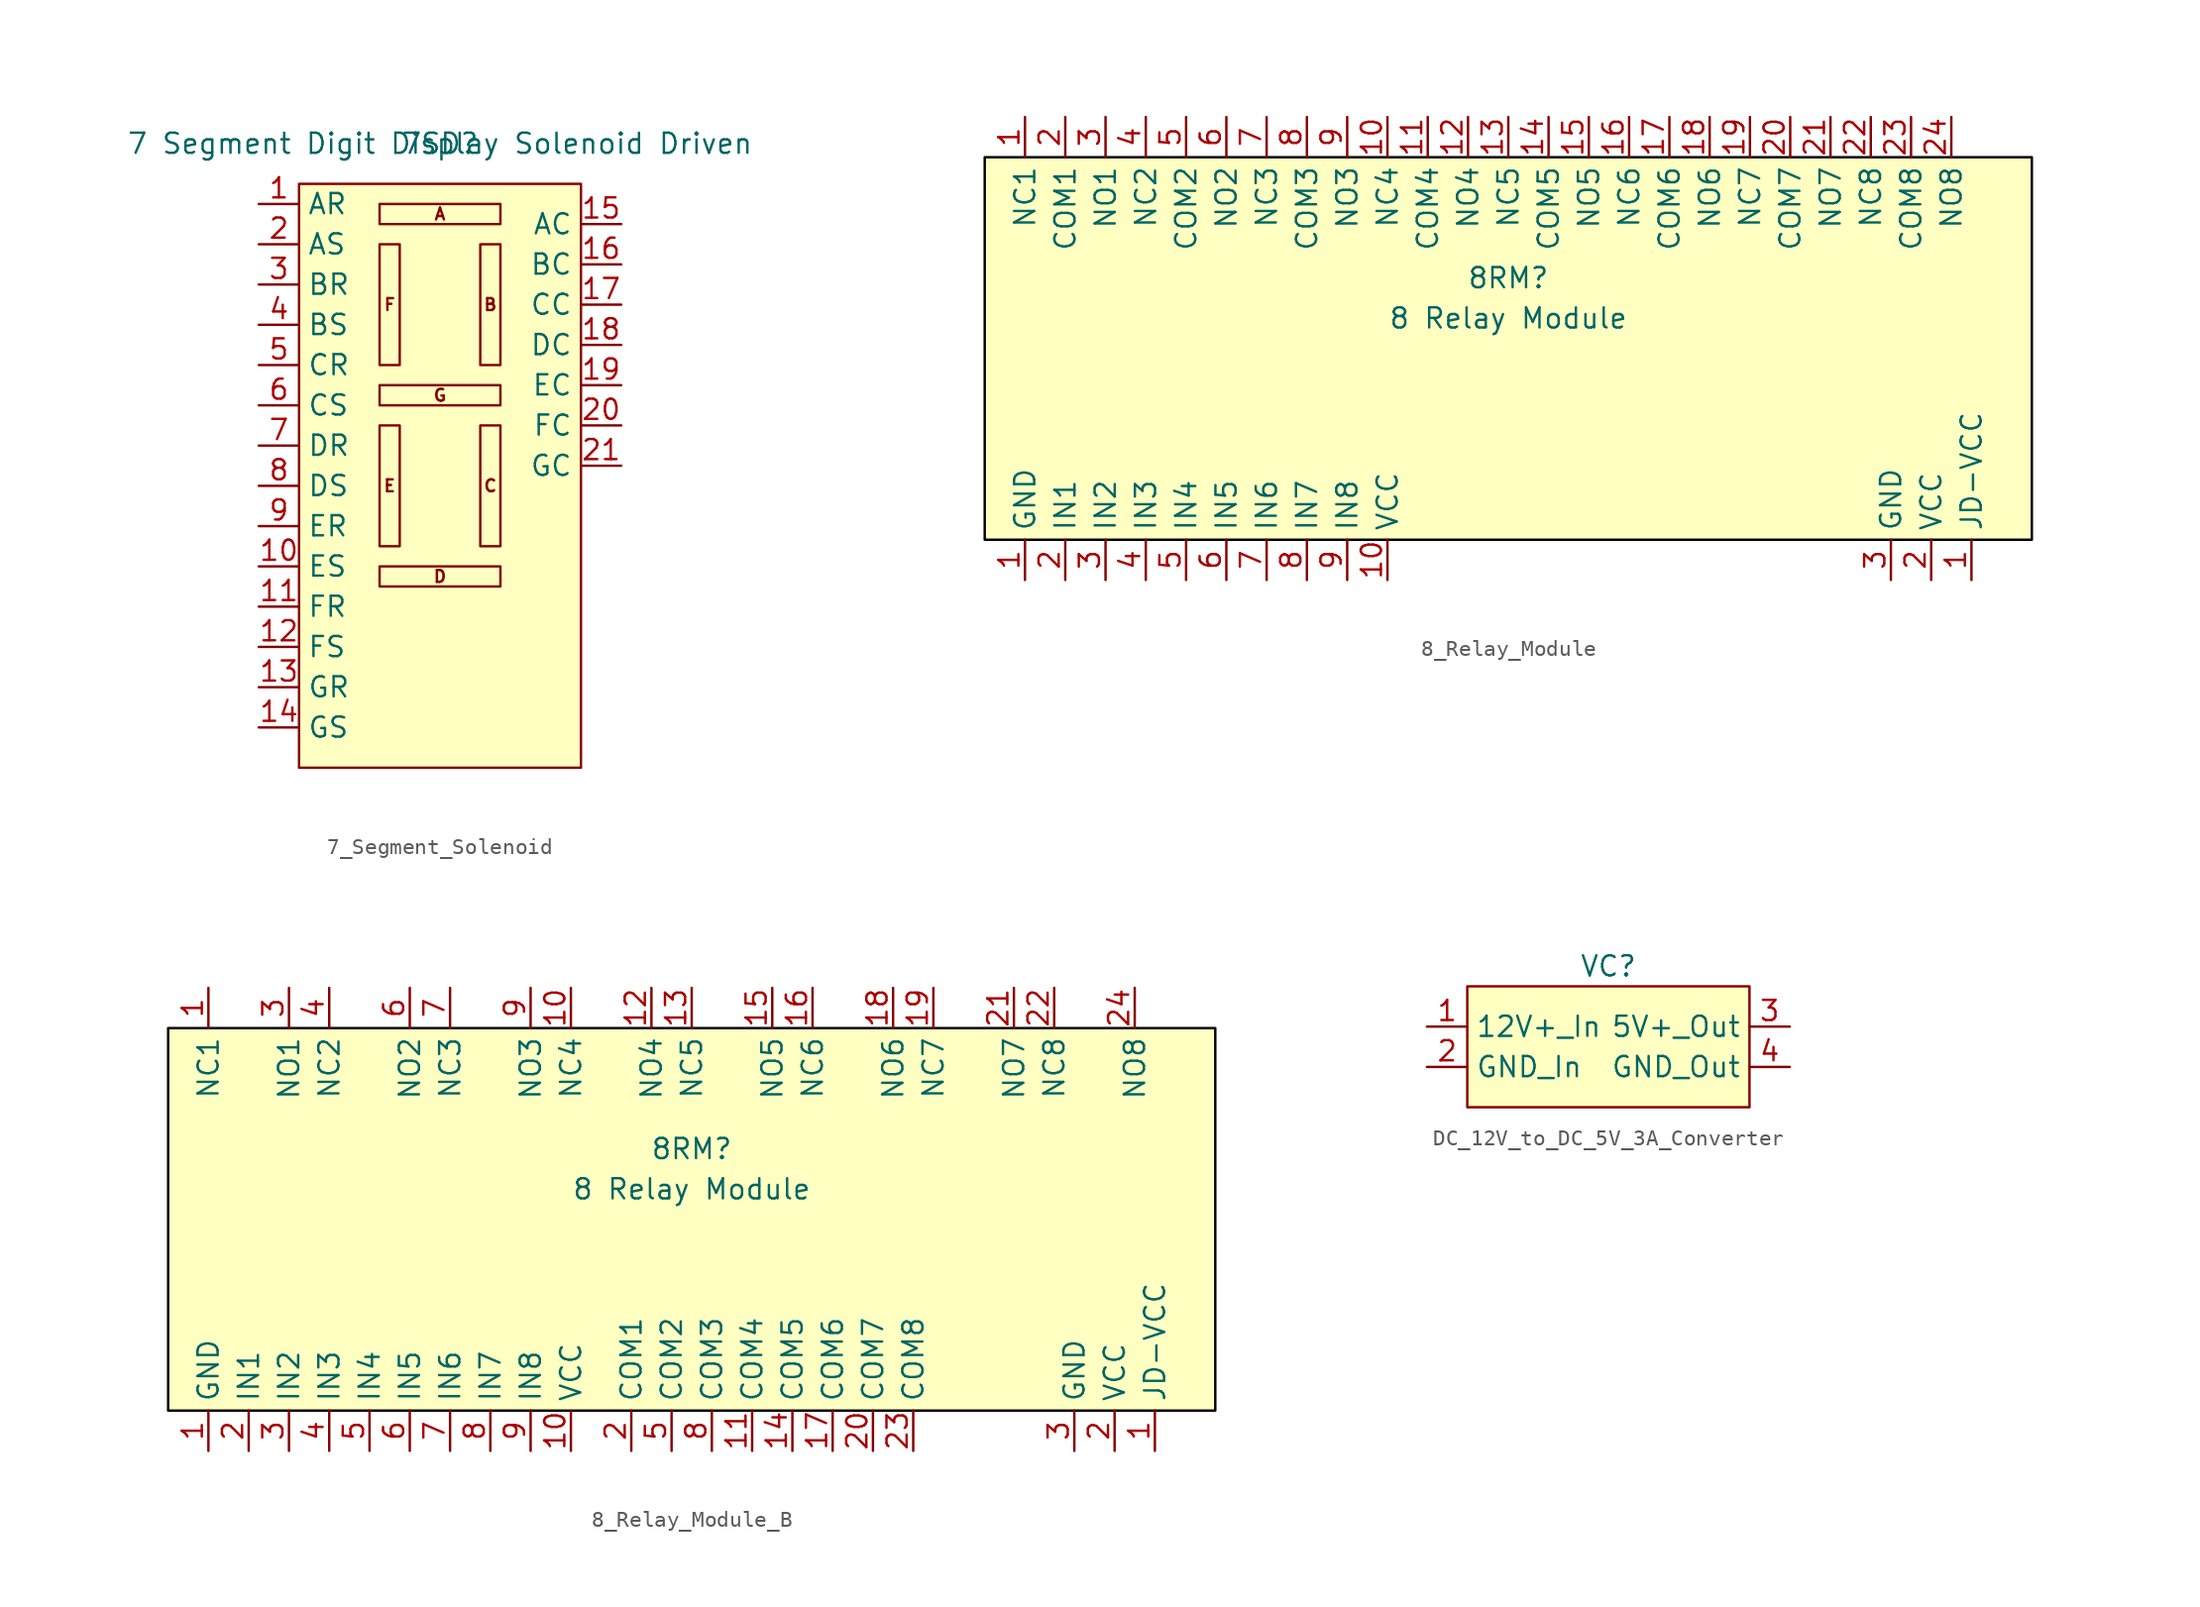
<source format=kicad_sym>
(kicad_symbol_lib
  (version 20231120)
  (generator "kicad_symbol_editor")
  (generator_version "8.0")
  (symbol "7_Segment_Solenoid"
    (property "Reference" "7SD"
      (at 0 0 0)
      (effects (font (size 1.27 1.27))))
    (property "Value" "7 Segment Digit Display Solenoid Driven"
      (at 0 0 0)
      (effects (font (size 1.27 1.27))))
    (symbol "7_Segment_Solenoid_0_0"
      (text_box "A" (at -3.81 -3.81 0) (size 7.62 -1.27) (stroke (width 0) (type default)) (fill (type none)) (effects (font (size 0.75 0.75))))
      (text_box "B " (at 2.54 -6.35 0) (size 1.27 -7.62) (stroke (width 0) (type default)) (fill (type none)) (effects (font (size 0.75 0.75))))
      (text_box "C" (at 2.54 -17.78 0) (size 1.27 -7.62) (stroke (width 0) (type default)) (fill (type none)) (effects (font (size 0.75 0.75))))
      (text_box "D" (at -3.81 -26.67 0) (size 7.62 -1.27) (stroke (width 0) (type default)) (fill (type none)) (effects (font (size 0.75 0.75))))
      (text_box "E" (at -3.81 -17.78 0) (size 1.27 -7.62) (stroke (width 0) (type default)) (fill (type none)) (effects (font (size 0.75 0.75))))
      (text_box "F" (at -3.81 -6.35 0) (size 1.27 -7.62) (stroke (width 0) (type default)) (fill (type none)) (effects (font (size 0.75 0.75))))
      (text_box "G" (at -3.81 -15.24 0) (size 7.62 -1.27) (stroke (width 0) (type default)) (fill (type none)) (effects (font (size 0.75 0.75)))))
    (symbol "7_Segment_Solenoid_1_1"
      (rectangle (start -8.89 -2.54) (end 8.89 -39.37) (stroke (width 0) (type default)) (fill (type background)))
      (pin passive line (at -11.43 -3.81 0) (length 2.54) (name "AR" (effects (font (size 1.27 1.27)))) (number "1" (effects (font (size 1.27 1.27)))))
      (pin passive line (at -11.43 -26.67 0) (length 2.54) (name "ES" (effects (font (size 1.27 1.27)))) (number "10" (effects (font (size 1.27 1.27)))))
      (pin passive line (at -11.43 -29.21 0) (length 2.54) (name "FR" (effects (font (size 1.27 1.27)))) (number "11" (effects (font (size 1.27 1.27)))))
      (pin passive line (at -11.43 -31.75 0) (length 2.54) (name "FS" (effects (font (size 1.27 1.27)))) (number "12" (effects (font (size 1.27 1.27)))))
      (pin passive line (at -11.43 -34.29 0) (length 2.54) (name "GR" (effects (font (size 1.27 1.27)))) (number "13" (effects (font (size 1.27 1.27)))))
      (pin passive line (at -11.43 -36.83 0) (length 2.54) (name "GS" (effects (font (size 1.27 1.27)))) (number "14" (effects (font (size 1.27 1.27)))))
      (pin passive line (at 11.43 -5.08 180) (length 2.54) (name "AC" (effects (font (size 1.27 1.27)))) (number "15" (effects (font (size 1.27 1.27)))))
      (pin passive line (at 11.43 -7.62 180) (length 2.54) (name "BC" (effects (font (size 1.27 1.27)))) (number "16" (effects (font (size 1.27 1.27)))))
      (pin passive line (at 11.43 -10.16 180) (length 2.54) (name "CC" (effects (font (size 1.27 1.27)))) (number "17" (effects (font (size 1.27 1.27)))))
      (pin passive line (at 11.43 -12.7 180) (length 2.54) (name "DC" (effects (font (size 1.27 1.27)))) (number "18" (effects (font (size 1.27 1.27)))))
      (pin passive line (at 11.43 -15.24 180) (length 2.54) (name "EC" (effects (font (size 1.27 1.27)))) (number "19" (effects (font (size 1.27 1.27)))))
      (pin passive line (at -11.43 -6.35 0) (length 2.54) (name "AS" (effects (font (size 1.27 1.27)))) (number "2" (effects (font (size 1.27 1.27)))))
      (pin passive line (at 11.43 -17.78 180) (length 2.54) (name "FC" (effects (font (size 1.27 1.27)))) (number "20" (effects (font (size 1.27 1.27)))))
      (pin passive line (at 11.43 -20.32 180) (length 2.54) (name "GC" (effects (font (size 1.27 1.27)))) (number "21" (effects (font (size 1.27 1.27)))))
      (pin passive line (at -11.43 -8.89 0) (length 2.54) (name "BR" (effects (font (size 1.27 1.27)))) (number "3" (effects (font (size 1.27 1.27)))))
      (pin passive line (at -11.43 -11.43 0) (length 2.54) (name "BS" (effects (font (size 1.27 1.27)))) (number "4" (effects (font (size 1.27 1.27)))))
      (pin passive line (at -11.43 -13.97 0) (length 2.54) (name "CR" (effects (font (size 1.27 1.27)))) (number "5" (effects (font (size 1.27 1.27)))))
      (pin passive line (at -11.43 -16.51 0) (length 2.54) (name "CS" (effects (font (size 1.27 1.27)))) (number "6" (effects (font (size 1.27 1.27)))))
      (pin passive line (at -11.43 -19.05 0) (length 2.54) (name "DR" (effects (font (size 1.27 1.27)))) (number "7" (effects (font (size 1.27 1.27)))))
      (pin passive line (at -11.43 -21.59 0) (length 2.54) (name "DS" (effects (font (size 1.27 1.27)))) (number "8" (effects (font (size 1.27 1.27)))))
      (pin passive line (at -11.43 -24.13 0) (length 2.54) (name "ER" (effects (font (size 1.27 1.27)))) (number "9" (effects (font (size 1.27 1.27)))))))
  (symbol "8_Relay_Module"
    (property "Reference" "8RM"
      (at 0 -11.43 0)
      (effects (font (size 1.27 1.27))))
    (property "Value" "8 Relay Module"
      (at 0 -13.97 0)
      (effects (font (size 1.27 1.27))))
    (symbol "8_Relay_Module_1_1"
      (rectangle (start -33.02 -3.81) (end 33.02 -27.94) (stroke (width 0) (type default) (color 0 0 0 1)) (fill (type background)))
      (pin power_in line (at -30.48 -30.48 90) (length 2.54) (name "GND" (effects (font (size 1.27 1.27)))) (number "1" (effects (font (size 1.27 1.27)))))
      (pin power_in line (at 29.21 -30.48 90) (length 2.54) (name "JD-VCC" (effects (font (size 1.27 1.27)))) (number "1" (effects (font (size 1.27 1.27)))))
      (pin passive line (at -30.48 -1.27 270) (length 2.54) (name "NC1" (effects (font (size 1.27 1.27)))) (number "1" (effects (font (size 1.27 1.27)))))
      (pin passive line (at -7.62 -1.27 270) (length 2.54) (name "NC4" (effects (font (size 1.27 1.27)))) (number "10" (effects (font (size 1.27 1.27)))))
      (pin power_in line (at -7.62 -30.48 90) (length 2.54) (name "VCC" (effects (font (size 1.27 1.27)))) (number "10" (effects (font (size 1.27 1.27)))))
      (pin passive line (at -5.08 -1.27 270) (length 2.54) (name "COM4" (effects (font (size 1.27 1.27)))) (number "11" (effects (font (size 1.27 1.27)))))
      (pin passive line (at -2.54 -1.27 270) (length 2.54) (name "NO4" (effects (font (size 1.27 1.27)))) (number "12" (effects (font (size 1.27 1.27)))))
      (pin passive line (at 0 -1.27 270) (length 2.54) (name "NC5" (effects (font (size 1.27 1.27)))) (number "13" (effects (font (size 1.27 1.27)))))
      (pin passive line (at 2.54 -1.27 270) (length 2.54) (name "COM5" (effects (font (size 1.27 1.27)))) (number "14" (effects (font (size 1.27 1.27)))))
      (pin passive line (at 5.08 -1.27 270) (length 2.54) (name "NO5" (effects (font (size 1.27 1.27)))) (number "15" (effects (font (size 1.27 1.27)))))
      (pin passive line (at 7.62 -1.27 270) (length 2.54) (name "NC6" (effects (font (size 1.27 1.27)))) (number "16" (effects (font (size 1.27 1.27)))))
      (pin passive line (at 10.16 -1.27 270) (length 2.54) (name "COM6" (effects (font (size 1.27 1.27)))) (number "17" (effects (font (size 1.27 1.27)))))
      (pin passive line (at 12.7 -1.27 270) (length 2.54) (name "NO6" (effects (font (size 1.27 1.27)))) (number "18" (effects (font (size 1.27 1.27)))))
      (pin passive line (at 15.24 -1.27 270) (length 2.54) (name "NC7" (effects (font (size 1.27 1.27)))) (number "19" (effects (font (size 1.27 1.27)))))
      (pin passive line (at -27.94 -1.27 270) (length 2.54) (name "COM1" (effects (font (size 1.27 1.27)))) (number "2" (effects (font (size 1.27 1.27)))))
      (pin input line (at -27.94 -30.48 90) (length 2.54) (name "IN1" (effects (font (size 1.27 1.27)))) (number "2" (effects (font (size 1.27 1.27)))))
      (pin power_in line (at 26.67 -30.48 90) (length 2.54) (name "VCC" (effects (font (size 1.27 1.27)))) (number "2" (effects (font (size 1.27 1.27)))))
      (pin passive line (at 17.78 -1.27 270) (length 2.54) (name "COM7" (effects (font (size 1.27 1.27)))) (number "20" (effects (font (size 1.27 1.27)))))
      (pin passive line (at 20.32 -1.27 270) (length 2.54) (name "NO7" (effects (font (size 1.27 1.27)))) (number "21" (effects (font (size 1.27 1.27)))))
      (pin passive line (at 22.86 -1.27 270) (length 2.54) (name "NC8" (effects (font (size 1.27 1.27)))) (number "22" (effects (font (size 1.27 1.27)))))
      (pin passive line (at 25.4 -1.27 270) (length 2.54) (name "COM8" (effects (font (size 1.27 1.27)))) (number "23" (effects (font (size 1.27 1.27)))))
      (pin passive line (at 27.94 -1.27 270) (length 2.54) (name "NO8" (effects (font (size 1.27 1.27)))) (number "24" (effects (font (size 1.27 1.27)))))
      (pin power_in line (at 24.13 -30.48 90) (length 2.54) (name "GND" (effects (font (size 1.27 1.27)))) (number "3" (effects (font (size 1.27 1.27)))))
      (pin input line (at -25.4 -30.48 90) (length 2.54) (name "IN2" (effects (font (size 1.27 1.27)))) (number "3" (effects (font (size 1.27 1.27)))))
      (pin passive line (at -25.4 -1.27 270) (length 2.54) (name "NO1" (effects (font (size 1.27 1.27)))) (number "3" (effects (font (size 1.27 1.27)))))
      (pin input line (at -22.86 -30.48 90) (length 2.54) (name "IN3" (effects (font (size 1.27 1.27)))) (number "4" (effects (font (size 1.27 1.27)))))
      (pin passive line (at -22.86 -1.27 270) (length 2.54) (name "NC2" (effects (font (size 1.27 1.27)))) (number "4" (effects (font (size 1.27 1.27)))))
      (pin passive line (at -20.32 -1.27 270) (length 2.54) (name "COM2" (effects (font (size 1.27 1.27)))) (number "5" (effects (font (size 1.27 1.27)))))
      (pin input line (at -20.32 -30.48 90) (length 2.54) (name "IN4" (effects (font (size 1.27 1.27)))) (number "5" (effects (font (size 1.27 1.27)))))
      (pin input line (at -17.78 -30.48 90) (length 2.54) (name "IN5" (effects (font (size 1.27 1.27)))) (number "6" (effects (font (size 1.27 1.27)))))
      (pin passive line (at -17.78 -1.27 270) (length 2.54) (name "NO2" (effects (font (size 1.27 1.27)))) (number "6" (effects (font (size 1.27 1.27)))))
      (pin input line (at -15.24 -30.48 90) (length 2.54) (name "IN6" (effects (font (size 1.27 1.27)))) (number "7" (effects (font (size 1.27 1.27)))))
      (pin passive line (at -15.24 -1.27 270) (length 2.54) (name "NC3" (effects (font (size 1.27 1.27)))) (number "7" (effects (font (size 1.27 1.27)))))
      (pin passive line (at -12.7 -1.27 270) (length 2.54) (name "COM3" (effects (font (size 1.27 1.27)))) (number "8" (effects (font (size 1.27 1.27)))))
      (pin input line (at -12.7 -30.48 90) (length 2.54) (name "IN7" (effects (font (size 1.27 1.27)))) (number "8" (effects (font (size 1.27 1.27)))))
      (pin input line (at -10.16 -30.48 90) (length 2.54) (name "IN8" (effects (font (size 1.27 1.27)))) (number "9" (effects (font (size 1.27 1.27)))))
      (pin passive line (at -10.16 -1.27 270) (length 2.54) (name "NO3" (effects (font (size 1.27 1.27)))) (number "9" (effects (font (size 1.27 1.27)))))))
  (symbol "8_Relay_Module_B"
    (property "Reference" "8RM"
      (at 0 -11.43 0)
      (effects (font (size 1.27 1.27))))
    (property "Value" "8 Relay Module"
      (at 0 -13.97 0)
      (effects (font (size 1.27 1.27))))
    (symbol "8_Relay_Module_B_1_1"
      (rectangle (start -33.02 -3.81) (end 33.02 -27.94) (stroke (width 0) (type default) (color 0 0 0 1)) (fill (type background)))
      (pin power_in line (at -30.48 -30.48 90) (length 2.54) (name "GND" (effects (font (size 1.27 1.27)))) (number "1" (effects (font (size 1.27 1.27)))))
      (pin power_in line (at 29.21 -30.48 90) (length 2.54) (name "JD-VCC" (effects (font (size 1.27 1.27)))) (number "1" (effects (font (size 1.27 1.27)))))
      (pin passive line (at -30.48 -1.27 270) (length 2.54) (name "NC1" (effects (font (size 1.27 1.27)))) (number "1" (effects (font (size 1.27 1.27)))))
      (pin passive line (at -7.62 -1.27 270) (length 2.54) (name "NC4" (effects (font (size 1.27 1.27)))) (number "10" (effects (font (size 1.27 1.27)))))
      (pin power_in line (at -7.62 -30.48 90) (length 2.54) (name "VCC" (effects (font (size 1.27 1.27)))) (number "10" (effects (font (size 1.27 1.27)))))
      (pin passive line (at 3.81 -30.48 90) (length 2.54) (name "COM4" (effects (font (size 1.27 1.27)))) (number "11" (effects (font (size 1.27 1.27)))))
      (pin passive line (at -2.54 -1.27 270) (length 2.54) (name "NO4" (effects (font (size 1.27 1.27)))) (number "12" (effects (font (size 1.27 1.27)))))
      (pin passive line (at 0 -1.27 270) (length 2.54) (name "NC5" (effects (font (size 1.27 1.27)))) (number "13" (effects (font (size 1.27 1.27)))))
      (pin passive line (at 6.35 -30.48 90) (length 2.54) (name "COM5" (effects (font (size 1.27 1.27)))) (number "14" (effects (font (size 1.27 1.27)))))
      (pin passive line (at 5.08 -1.27 270) (length 2.54) (name "NO5" (effects (font (size 1.27 1.27)))) (number "15" (effects (font (size 1.27 1.27)))))
      (pin passive line (at 7.62 -1.27 270) (length 2.54) (name "NC6" (effects (font (size 1.27 1.27)))) (number "16" (effects (font (size 1.27 1.27)))))
      (pin passive line (at 8.89 -30.48 90) (length 2.54) (name "COM6" (effects (font (size 1.27 1.27)))) (number "17" (effects (font (size 1.27 1.27)))))
      (pin passive line (at 12.7 -1.27 270) (length 2.54) (name "NO6" (effects (font (size 1.27 1.27)))) (number "18" (effects (font (size 1.27 1.27)))))
      (pin passive line (at 15.24 -1.27 270) (length 2.54) (name "NC7" (effects (font (size 1.27 1.27)))) (number "19" (effects (font (size 1.27 1.27)))))
      (pin passive line (at -3.81 -30.48 90) (length 2.54) (name "COM1" (effects (font (size 1.27 1.27)))) (number "2" (effects (font (size 1.27 1.27)))))
      (pin input line (at -27.94 -30.48 90) (length 2.54) (name "IN1" (effects (font (size 1.27 1.27)))) (number "2" (effects (font (size 1.27 1.27)))))
      (pin power_in line (at 26.67 -30.48 90) (length 2.54) (name "VCC" (effects (font (size 1.27 1.27)))) (number "2" (effects (font (size 1.27 1.27)))))
      (pin passive line (at 11.43 -30.48 90) (length 2.54) (name "COM7" (effects (font (size 1.27 1.27)))) (number "20" (effects (font (size 1.27 1.27)))))
      (pin passive line (at 20.32 -1.27 270) (length 2.54) (name "NO7" (effects (font (size 1.27 1.27)))) (number "21" (effects (font (size 1.27 1.27)))))
      (pin passive line (at 22.86 -1.27 270) (length 2.54) (name "NC8" (effects (font (size 1.27 1.27)))) (number "22" (effects (font (size 1.27 1.27)))))
      (pin passive line (at 13.97 -30.48 90) (length 2.54) (name "COM8" (effects (font (size 1.27 1.27)))) (number "23" (effects (font (size 1.27 1.27)))))
      (pin passive line (at 27.94 -1.27 270) (length 2.54) (name "NO8" (effects (font (size 1.27 1.27)))) (number "24" (effects (font (size 1.27 1.27)))))
      (pin power_in line (at 24.13 -30.48 90) (length 2.54) (name "GND" (effects (font (size 1.27 1.27)))) (number "3" (effects (font (size 1.27 1.27)))))
      (pin input line (at -25.4 -30.48 90) (length 2.54) (name "IN2" (effects (font (size 1.27 1.27)))) (number "3" (effects (font (size 1.27 1.27)))))
      (pin passive line (at -25.4 -1.27 270) (length 2.54) (name "NO1" (effects (font (size 1.27 1.27)))) (number "3" (effects (font (size 1.27 1.27)))))
      (pin input line (at -22.86 -30.48 90) (length 2.54) (name "IN3" (effects (font (size 1.27 1.27)))) (number "4" (effects (font (size 1.27 1.27)))))
      (pin passive line (at -22.86 -1.27 270) (length 2.54) (name "NC2" (effects (font (size 1.27 1.27)))) (number "4" (effects (font (size 1.27 1.27)))))
      (pin passive line (at -1.27 -30.48 90) (length 2.54) (name "COM2" (effects (font (size 1.27 1.27)))) (number "5" (effects (font (size 1.27 1.27)))))
      (pin input line (at -20.32 -30.48 90) (length 2.54) (name "IN4" (effects (font (size 1.27 1.27)))) (number "5" (effects (font (size 1.27 1.27)))))
      (pin input line (at -17.78 -30.48 90) (length 2.54) (name "IN5" (effects (font (size 1.27 1.27)))) (number "6" (effects (font (size 1.27 1.27)))))
      (pin passive line (at -17.78 -1.27 270) (length 2.54) (name "NO2" (effects (font (size 1.27 1.27)))) (number "6" (effects (font (size 1.27 1.27)))))
      (pin input line (at -15.24 -30.48 90) (length 2.54) (name "IN6" (effects (font (size 1.27 1.27)))) (number "7" (effects (font (size 1.27 1.27)))))
      (pin passive line (at -15.24 -1.27 270) (length 2.54) (name "NC3" (effects (font (size 1.27 1.27)))) (number "7" (effects (font (size 1.27 1.27)))))
      (pin passive line (at 1.27 -30.48 90) (length 2.54) (name "COM3" (effects (font (size 1.27 1.27)))) (number "8" (effects (font (size 1.27 1.27)))))
      (pin input line (at -12.7 -30.48 90) (length 2.54) (name "IN7" (effects (font (size 1.27 1.27)))) (number "8" (effects (font (size 1.27 1.27)))))
      (pin input line (at -10.16 -30.48 90) (length 2.54) (name "IN8" (effects (font (size 1.27 1.27)))) (number "9" (effects (font (size 1.27 1.27)))))
      (pin passive line (at -10.16 -1.27 270) (length 2.54) (name "NO3" (effects (font (size 1.27 1.27)))) (number "9" (effects (font (size 1.27 1.27)))))))
  (symbol "DC_12V_to_DC_5V_3A_Converter"
    (property "Reference" "VC"
      (at 0 0 0)
      (effects (font (size 1.27 1.27))))
    (property "Value" ""
      (at 0 0 0)
      (effects (font (size 1.27 1.27))))
    (symbol "DC_12V_to_DC_5V_3A_Converter_1_1"
      (rectangle (start -8.89 -1.27) (end 8.89 -8.89) (stroke (width 0) (type default)) (fill (type background)))
      (pin passive line (at -11.43 -3.81 0) (length 2.54) (name "12V+_In" (effects (font (size 1.27 1.27)))) (number "1" (effects (font (size 1.27 1.27)))))
      (pin passive line (at -11.43 -6.35 0) (length 2.54) (name "GND_In" (effects (font (size 1.27 1.27)))) (number "2" (effects (font (size 1.27 1.27)))))
      (pin passive line (at 11.43 -3.81 180) (length 2.54) (name "5V+_Out" (effects (font (size 1.27 1.27)))) (number "3" (effects (font (size 1.27 1.27)))))
      (pin passive line (at 11.43 -6.35 180) (length 2.54) (name "GND_Out" (effects (font (size 1.27 1.27)))) (number "4" (effects (font (size 1.27 1.27))))))))
</source>
